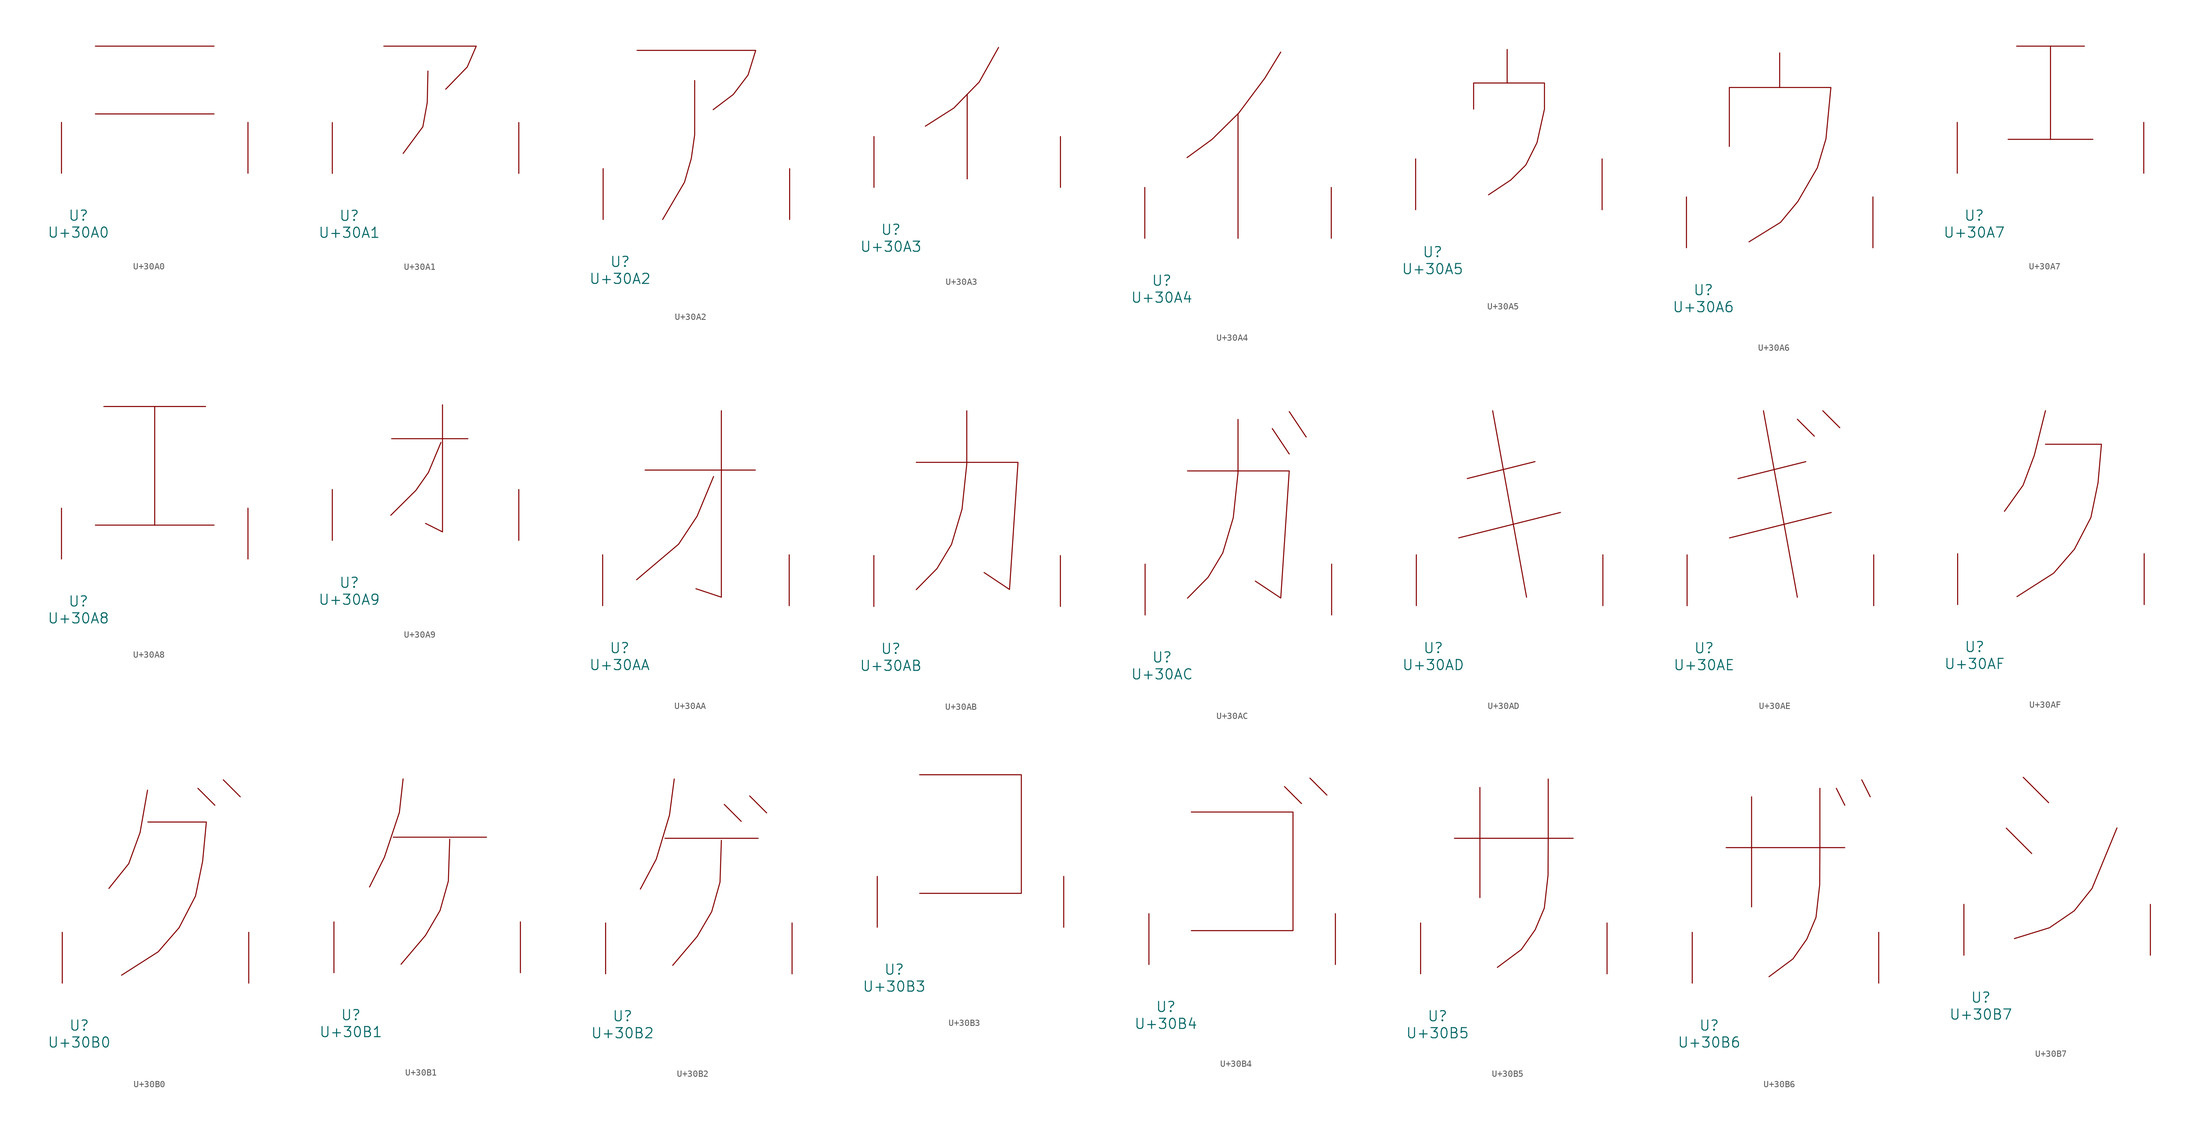
<source format=kicad_sym>
(kicad_symbol_lib
  (version 20231120)
  (generator "kicad_symbol_editor")
  (generator_version "8.0")
  (symbol "U+30A0"
    (pin_names
      (offset 1.016))
    (property "Reference" "U"
      (at 0 -6.35 0)
      (effects (font (size 1.524 1.524))))
    (property "Value" "U+30A0"
      (at 0 -8.89 0)
      (effects (font (size 1.524 1.524))))
    (symbol "U+30A0_0_1"
      (polyline (pts (xy 2.54 8.89) (xy 20.32 8.89)) (stroke (width 0) (type solid)) (fill (type none)))
      (polyline (pts (xy 2.54 19.05) (xy 20.32 19.05)) (stroke (width 0) (type solid)) (fill (type none)))
      (pin input line (at -2.54 0 90) (length 7.62) (name "~" (effects (font (size 1.27 1.27)))) (number "~" (effects (font (size 1.27 1.27)))))
      (pin input line (at 25.4 0 90) (length 7.62) (name "~" (effects (font (size 1.27 1.27)))) (number "~" (effects (font (size 1.27 1.27)))))))
  (symbol "U+30A1"
    (pin_names
      (offset 1.016))
    (property "Reference" "U"
      (at 0 -6.35 0)
      (effects (font (size 1.524 1.524))))
    (property "Value" "U+30A1"
      (at 0 -8.89 0)
      (effects (font (size 1.524 1.524))))
    (symbol "U+30A1_0_1"
      (polyline (pts (xy 5.182 19.075) (xy 19.025 19.075) (xy 17.678 15.951) (xy 14.453 12.624)) (stroke (width 0) (type solid)) (fill (type none)))
      (polyline (pts (xy 11.786 15.342) (xy 11.684 10.617) (xy 11.024 6.985) (xy 8.077 2.997)) (stroke (width 0) (type solid)) (fill (type none)))
      (pin input line (at -2.54 0 90) (length 7.62) (name "~" (effects (font (size 1.27 1.27)))) (number "~" (effects (font (size 1.27 1.27)))))
      (pin input line (at 25.4 0 90) (length 7.62) (name "~" (effects (font (size 1.27 1.27)))) (number "~" (effects (font (size 1.27 1.27)))))))
  (symbol "U+30A2"
    (pin_names
      (offset 1.016))
    (property "Reference" "U"
      (at 0 -6.35 0)
      (effects (font (size 1.524 1.524))))
    (property "Value" "U+30A2"
      (at 0 -8.89 0)
      (effects (font (size 1.524 1.524))))
    (symbol "U+30A2_0_1"
      (polyline (pts (xy 2.54 25.349) (xy 20.32 25.349) (xy 19.177 21.666) (xy 16.967 18.745) (xy 13.945 16.459)) (stroke (width 0) (type solid)) (fill (type none)))
      (polyline (pts (xy 11.176 20.828) (xy 11.176 12.7) (xy 10.668 9.144) (xy 9.652 5.588) (xy 6.375 0)) (stroke (width 0) (type solid)) (fill (type none)))
      (pin input line (at -2.54 0 90) (length 7.62) (name "~" (effects (font (size 1.27 1.27)))) (number "~" (effects (font (size 1.27 1.27)))))
      (pin input line (at 25.4 0 90) (length 7.62) (name "~" (effects (font (size 1.27 1.27)))) (number "~" (effects (font (size 1.27 1.27)))))))
  (symbol "U+30A3"
    (pin_names
      (offset 1.016))
    (property "Reference" "U"
      (at 0 -6.35 0)
      (effects (font (size 1.524 1.524))))
    (property "Value" "U+30A3"
      (at 0 -8.89 0)
      (effects (font (size 1.524 1.524))))
    (symbol "U+30A3_0_1"
      (polyline (pts (xy 11.43 13.97) (xy 11.43 1.27)) (stroke (width 0) (type solid)) (fill (type none)))
      (polyline (pts (xy 16.129 20.98) (xy 13.233 15.799) (xy 9.423 11.887) (xy 5.156 9.169)) (stroke (width 0) (type solid)) (fill (type none)))
      (pin input line (at -2.54 0 90) (length 7.62) (name "~" (effects (font (size 1.27 1.27)))) (number "~" (effects (font (size 1.27 1.27)))))
      (pin input line (at 25.4 0 90) (length 7.62) (name "~" (effects (font (size 1.27 1.27)))) (number "~" (effects (font (size 1.27 1.27)))))))
  (symbol "U+30A4"
    (pin_names
      (offset 1.016))
    (property "Reference" "U"
      (at 0 -6.35 0)
      (effects (font (size 1.524 1.524))))
    (property "Value" "U+30A4"
      (at 0 -8.89 0)
      (effects (font (size 1.524 1.524))))
    (symbol "U+30A4_0_1"
      (polyline (pts (xy 11.43 18.644) (xy 11.43 0)) (stroke (width 0) (type solid)) (fill (type none)))
      (polyline (pts (xy 17.831 27.915) (xy 15.443 24.003) (xy 11.532 18.771) (xy 7.544 14.834) (xy 3.785 12.09)) (stroke (width 0) (type solid)) (fill (type none)))
      (pin input line (at -2.54 0 90) (length 7.62) (name "~" (effects (font (size 1.27 1.27)))) (number "~" (effects (font (size 1.27 1.27)))))
      (pin input line (at 25.4 0 90) (length 7.62) (name "~" (effects (font (size 1.27 1.27)))) (number "~" (effects (font (size 1.27 1.27)))))))
  (symbol "U+30A5"
    (pin_names
      (offset 1.016))
    (property "Reference" "U"
      (at 0 -6.35 0)
      (effects (font (size 1.524 1.524))))
    (property "Value" "U+30A5"
      (at 0 -8.89 0)
      (effects (font (size 1.524 1.524))))
    (symbol "U+30A5_0_1"
      (polyline (pts (xy 11.176 24.028) (xy 11.176 18.999)) (stroke (width 0) (type solid)) (fill (type none)))
      (polyline (pts (xy 6.147 15.088) (xy 6.147 18.999) (xy 16.764 18.999) (xy 16.764 15.088) (xy 15.646 10.058) (xy 13.97 6.706) (xy 11.735 4.47) (xy 8.382 2.235)) (stroke (width 0) (type solid)) (fill (type none)))
      (pin input line (at -2.54 0 90) (length 7.62) (name "~" (effects (font (size 1.27 1.27)))) (number "~" (effects (font (size 1.27 1.27)))))
      (pin input line (at 25.4 0 90) (length 7.62) (name "~" (effects (font (size 1.27 1.27)))) (number "~" (effects (font (size 1.27 1.27)))))))
  (symbol "U+30A6"
    (pin_names
      (offset 1.016))
    (property "Reference" "U"
      (at 0 -6.35 0)
      (effects (font (size 1.524 1.524))))
    (property "Value" "U+30A6"
      (at 0 -8.89 0)
      (effects (font (size 1.524 1.524))))
    (symbol "U+30A6_0_1"
      (polyline (pts (xy 11.43 29.21) (xy 11.43 24.13)) (stroke (width 0) (type solid)) (fill (type none)))
      (polyline (pts (xy 3.886 15.189) (xy 3.886 24.028) (xy 19.101 24.028) (xy 18.364 16.332) (xy 17.069 11.989) (xy 14.148 6.934) (xy 11.557 3.81) (xy 6.833 0.889)) (stroke (width 0) (type solid)) (fill (type none)))
      (pin input line (at -2.54 0 90) (length 7.62) (name "~" (effects (font (size 1.27 1.27)))) (number "~" (effects (font (size 1.27 1.27)))))
      (pin input line (at 25.4 0 90) (length 7.62) (name "~" (effects (font (size 1.27 1.27)))) (number "~" (effects (font (size 1.27 1.27)))))))
  (symbol "U+30A7"
    (pin_names
      (offset 1.016))
    (property "Reference" "U"
      (at 0 -6.35 0)
      (effects (font (size 1.524 1.524))))
    (property "Value" "U+30A7"
      (at 0 -8.89 0)
      (effects (font (size 1.524 1.524))))
    (symbol "U+30A7_0_1"
      (polyline (pts (xy 5.08 5.08) (xy 17.78 5.08)) (stroke (width 0) (type solid)) (fill (type none)))
      (polyline (pts (xy 6.35 19.05) (xy 16.51 19.05)) (stroke (width 0) (type solid)) (fill (type none)))
      (polyline (pts (xy 11.43 19.05) (xy 11.43 5.08)) (stroke (width 0) (type solid)) (fill (type none)))
      (pin input line (at -2.54 0 90) (length 7.62) (name "~" (effects (font (size 1.27 1.27)))) (number "~" (effects (font (size 1.27 1.27)))))
      (pin input line (at 25.4 0 90) (length 7.62) (name "~" (effects (font (size 1.27 1.27)))) (number "~" (effects (font (size 1.27 1.27)))))))
  (symbol "U+30A8"
    (pin_names
      (offset 1.016))
    (property "Reference" "U"
      (at 0 -6.35 0)
      (effects (font (size 1.524 1.524))))
    (property "Value" "U+30A8"
      (at 0 -8.89 0)
      (effects (font (size 1.524 1.524))))
    (symbol "U+30A8_0_1"
      (polyline (pts (xy 2.54 5.08) (xy 20.32 5.08)) (stroke (width 0) (type solid)) (fill (type none)))
      (polyline (pts (xy 3.81 22.86) (xy 19.05 22.86)) (stroke (width 0) (type solid)) (fill (type none)))
      (polyline (pts (xy 11.43 22.86) (xy 11.43 5.08)) (stroke (width 0) (type solid)) (fill (type none)))
      (pin input line (at -2.54 0 90) (length 7.62) (name "~" (effects (font (size 1.27 1.27)))) (number "~" (effects (font (size 1.27 1.27)))))
      (pin input line (at 25.4 0 90) (length 7.62) (name "~" (effects (font (size 1.27 1.27)))) (number "~" (effects (font (size 1.27 1.27)))))))
  (symbol "U+30A9"
    (pin_names
      (offset 1.016))
    (property "Reference" "U"
      (at 0 -6.35 0)
      (effects (font (size 1.524 1.524))))
    (property "Value" "U+30A9"
      (at 0 -8.89 0)
      (effects (font (size 1.524 1.524))))
    (symbol "U+30A9_0_1"
      (polyline (pts (xy 6.35 15.24) (xy 17.78 15.24)) (stroke (width 0) (type solid)) (fill (type none)))
      (polyline (pts (xy 13.97 20.32) (xy 13.97 1.27) (xy 11.43 2.54)) (stroke (width 0) (type solid)) (fill (type none)))
      (polyline (pts (xy 13.741 14.681) (xy 11.862 10.185) (xy 9.982 7.493) (xy 6.223 3.759)) (stroke (width 0) (type solid)) (fill (type none)))
      (pin input line (at -2.54 0 90) (length 7.62) (name "~" (effects (font (size 1.27 1.27)))) (number "~" (effects (font (size 1.27 1.27)))))
      (pin input line (at 25.4 0 90) (length 7.62) (name "~" (effects (font (size 1.27 1.27)))) (number "~" (effects (font (size 1.27 1.27)))))))
  (symbol "U+30AA"
    (pin_names
      (offset 1.016))
    (property "Reference" "U"
      (at 0 -6.35 0)
      (effects (font (size 1.524 1.524))))
    (property "Value" "U+30AA"
      (at 0 -8.89 0)
      (effects (font (size 1.524 1.524))))
    (symbol "U+30AA_0_1"
      (polyline (pts (xy 3.81 20.32) (xy 20.32 20.32)) (stroke (width 0) (type solid)) (fill (type none)))
      (polyline (pts (xy 15.24 29.21) (xy 15.24 1.27) (xy 11.43 2.54)) (stroke (width 0) (type solid)) (fill (type none)))
      (polyline (pts (xy 14.072 19.355) (xy 11.608 13.411) (xy 8.839 9.22) (xy 2.54 3.886)) (stroke (width 0) (type solid)) (fill (type none)))
      (pin input line (at -2.54 0 90) (length 7.62) (name "~" (effects (font (size 1.27 1.27)))) (number "~" (effects (font (size 1.27 1.27)))))
      (pin input line (at 25.4 0 90) (length 7.62) (name "~" (effects (font (size 1.27 1.27)))) (number "~" (effects (font (size 1.27 1.27)))))))
  (symbol "U+30AB"
    (pin_names
      (offset 1.016))
    (property "Reference" "U"
      (at 0 -6.35 0)
      (effects (font (size 1.524 1.524))))
    (property "Value" "U+30AB"
      (at 0 -8.89 0)
      (effects (font (size 1.524 1.524))))
    (symbol "U+30AB_0_1"
      (polyline (pts (xy 3.81 21.59) (xy 19.05 21.59) (xy 17.78 2.54) (xy 13.97 5.08)) (stroke (width 0) (type solid)) (fill (type none)))
      (polyline (pts (xy 11.379 29.312) (xy 11.379 21.336) (xy 10.668 14.58) (xy 9.093 9.296) (xy 6.909 5.664) (xy 3.81 2.515)) (stroke (width 0) (type solid)) (fill (type none)))
      (pin input line (at -2.54 0 90) (length 7.62) (name "~" (effects (font (size 1.27 1.27)))) (number "~" (effects (font (size 1.27 1.27)))))
      (pin input line (at 25.4 0 90) (length 7.62) (name "~" (effects (font (size 1.27 1.27)))) (number "~" (effects (font (size 1.27 1.27)))))))
  (symbol "U+30AC"
    (pin_names
      (offset 1.016))
    (property "Reference" "U"
      (at 0 -6.35 0)
      (effects (font (size 1.524 1.524))))
    (property "Value" "U+30AC"
      (at 0 -8.89 0)
      (effects (font (size 1.524 1.524))))
    (symbol "U+30AC_0_1"
      (polyline (pts (xy 16.51 27.94) (xy 19.05 24.13)) (stroke (width 0) (type solid)) (fill (type none)))
      (polyline (pts (xy 19.05 30.48) (xy 21.59 26.67)) (stroke (width 0) (type solid)) (fill (type none)))
      (polyline (pts (xy 3.81 21.59) (xy 19.05 21.59) (xy 17.78 2.54) (xy 13.97 5.08)) (stroke (width 0) (type solid)) (fill (type none)))
      (polyline (pts (xy 11.379 29.312) (xy 11.379 21.336) (xy 10.668 14.58) (xy 9.093 9.296) (xy 6.909 5.664) (xy 3.81 2.515)) (stroke (width 0) (type solid)) (fill (type none)))
      (pin input line (at -2.54 0 90) (length 7.62) (name "~" (effects (font (size 1.27 1.27)))) (number "~" (effects (font (size 1.27 1.27)))))
      (pin input line (at 25.4 0 90) (length 7.62) (name "~" (effects (font (size 1.27 1.27)))) (number "~" (effects (font (size 1.27 1.27)))))))
  (symbol "U+30AD"
    (pin_names
      (offset 1.016))
    (property "Reference" "U"
      (at 0 -6.35 0)
      (effects (font (size 1.524 1.524))))
    (property "Value" "U+30AD"
      (at 0 -8.89 0)
      (effects (font (size 1.524 1.524))))
    (symbol "U+30AD_0_1"
      (polyline (pts (xy 3.81 10.16) (xy 19.05 13.97)) (stroke (width 0) (type solid)) (fill (type none)))
      (polyline (pts (xy 5.08 19.05) (xy 15.24 21.59)) (stroke (width 0) (type solid)) (fill (type none)))
      (polyline (pts (xy 8.89 29.21) (xy 13.97 1.27)) (stroke (width 0) (type solid)) (fill (type none)))
      (pin input line (at -2.54 0 90) (length 7.62) (name "~" (effects (font (size 1.27 1.27)))) (number "~" (effects (font (size 1.27 1.27)))))
      (pin input line (at 25.4 0 90) (length 7.62) (name "~" (effects (font (size 1.27 1.27)))) (number "~" (effects (font (size 1.27 1.27)))))))
  (symbol "U+30AE"
    (pin_names
      (offset 1.016))
    (property "Reference" "U"
      (at 0 -6.35 0)
      (effects (font (size 1.524 1.524))))
    (property "Value" "U+30AE"
      (at 0 -8.89 0)
      (effects (font (size 1.524 1.524))))
    (symbol "U+30AE_0_1"
      (polyline (pts (xy 3.81 10.16) (xy 19.05 13.97)) (stroke (width 0) (type solid)) (fill (type none)))
      (polyline (pts (xy 5.08 19.05) (xy 15.24 21.59)) (stroke (width 0) (type solid)) (fill (type none)))
      (polyline (pts (xy 8.89 29.21) (xy 13.97 1.27)) (stroke (width 0) (type solid)) (fill (type none)))
      (polyline (pts (xy 13.97 27.94) (xy 16.51 25.4)) (stroke (width 0) (type solid)) (fill (type none)))
      (polyline (pts (xy 17.78 29.21) (xy 20.32 26.67)) (stroke (width 0) (type solid)) (fill (type none)))
      (pin input line (at -2.54 0 90) (length 7.62) (name "~" (effects (font (size 1.27 1.27)))) (number "~" (effects (font (size 1.27 1.27)))))
      (pin input line (at 25.4 0 90) (length 7.62) (name "~" (effects (font (size 1.27 1.27)))) (number "~" (effects (font (size 1.27 1.27)))))))
  (symbol "U+30AF"
    (pin_names
      (offset 1.016))
    (property "Reference" "U"
      (at 0 -6.35 0)
      (effects (font (size 1.524 1.524))))
    (property "Value" "U+30AF"
      (at 0 -8.89 0)
      (effects (font (size 1.524 1.524))))
    (symbol "U+30AF_0_1"
      (polyline (pts (xy 10.617 29.058) (xy 8.941 22.352) (xy 7.264 17.882) (xy 4.47 13.97)) (stroke (width 0) (type solid)) (fill (type none)))
      (polyline (pts (xy 10.617 24.028) (xy 18.999 24.028) (xy 18.491 18.263) (xy 17.424 13.056) (xy 14.961 8.306) (xy 11.836 4.699) (xy 6.35 1.194)) (stroke (width 0) (type solid)) (fill (type none)))
      (pin input line (at -2.54 0 90) (length 7.62) (name "~" (effects (font (size 1.27 1.27)))) (number "~" (effects (font (size 1.27 1.27)))))
      (pin input line (at 25.4 0 90) (length 7.62) (name "~" (effects (font (size 1.27 1.27)))) (number "~" (effects (font (size 1.27 1.27)))))))
  (symbol "U+30B0"
    (pin_names
      (offset 1.016))
    (property "Reference" "U"
      (at 0 -6.35 0)
      (effects (font (size 1.524 1.524))))
    (property "Value" "U+30B0"
      (at 0 -8.89 0)
      (effects (font (size 1.524 1.524))))
    (symbol "U+30B0_0_1"
      (polyline (pts (xy 17.78 29.21) (xy 20.32 26.67)) (stroke (width 0) (type solid)) (fill (type none)))
      (polyline (pts (xy 21.59 30.48) (xy 24.13 27.94)) (stroke (width 0) (type solid)) (fill (type none)))
      (polyline (pts (xy 10.236 28.931) (xy 9.119 22.581) (xy 7.417 17.907) (xy 4.445 14.199)) (stroke (width 0) (type solid)) (fill (type none)))
      (polyline (pts (xy 10.287 24.155) (xy 19.05 24.155) (xy 18.491 18.263) (xy 17.424 13.056) (xy 14.961 8.306) (xy 11.836 4.699) (xy 6.35 1.194)) (stroke (width 0) (type solid)) (fill (type none)))
      (pin input line (at -2.54 0 90) (length 7.62) (name "~" (effects (font (size 1.27 1.27)))) (number "~" (effects (font (size 1.27 1.27)))))
      (pin input line (at 25.4 0 90) (length 7.62) (name "~" (effects (font (size 1.27 1.27)))) (number "~" (effects (font (size 1.27 1.27)))))))
  (symbol "U+30B1"
    (pin_names
      (offset 1.016))
    (property "Reference" "U"
      (at 0 -6.35 0)
      (effects (font (size 1.524 1.524))))
    (property "Value" "U+30B1"
      (at 0 -8.89 0)
      (effects (font (size 1.524 1.524))))
    (symbol "U+30B1_0_1"
      (polyline (pts (xy 6.35 20.32) (xy 20.32 20.32)) (stroke (width 0) (type solid)) (fill (type none)))
      (polyline (pts (xy 7.823 29.058) (xy 7.264 24.028) (xy 5.029 17.323) (xy 2.794 12.852)) (stroke (width 0) (type solid)) (fill (type none)))
      (polyline (pts (xy 14.808 20.015) (xy 14.605 13.741) (xy 13.36 9.322) (xy 11.176 5.588) (xy 7.518 1.27)) (stroke (width 0) (type solid)) (fill (type none)))
      (pin input line (at -2.54 0 90) (length 7.62) (name "~" (effects (font (size 1.27 1.27)))) (number "~" (effects (font (size 1.27 1.27)))))
      (pin input line (at 25.4 0 90) (length 7.62) (name "~" (effects (font (size 1.27 1.27)))) (number "~" (effects (font (size 1.27 1.27)))))))
  (symbol "U+30B2"
    (pin_names
      (offset 1.016))
    (property "Reference" "U"
      (at 0 -6.35 0)
      (effects (font (size 1.524 1.524))))
    (property "Value" "U+30B2"
      (at 0 -8.89 0)
      (effects (font (size 1.524 1.524))))
    (symbol "U+30B2_0_1"
      (polyline (pts (xy 6.35 20.32) (xy 20.32 20.32)) (stroke (width 0) (type solid)) (fill (type none)))
      (polyline (pts (xy 15.24 25.4) (xy 17.78 22.86)) (stroke (width 0) (type solid)) (fill (type none)))
      (polyline (pts (xy 19.05 26.67) (xy 21.59 24.13)) (stroke (width 0) (type solid)) (fill (type none)))
      (polyline (pts (xy 7.747 29.21) (xy 7.036 23.8) (xy 5.055 17.196) (xy 2.667 12.7)) (stroke (width 0) (type solid)) (fill (type none)))
      (polyline (pts (xy 14.808 20.015) (xy 14.605 13.741) (xy 13.36 9.322) (xy 11.176 5.588) (xy 7.518 1.27)) (stroke (width 0) (type solid)) (fill (type none)))
      (pin input line (at -2.54 0 90) (length 7.62) (name "~" (effects (font (size 1.27 1.27)))) (number "~" (effects (font (size 1.27 1.27)))))
      (pin input line (at 25.4 0 90) (length 7.62) (name "~" (effects (font (size 1.27 1.27)))) (number "~" (effects (font (size 1.27 1.27)))))))
  (symbol "U+30B3"
    (pin_names
      (offset 1.016))
    (property "Reference" "U"
      (at 0 -6.35 0)
      (effects (font (size 1.524 1.524))))
    (property "Value" "U+30B3"
      (at 0 -8.89 0)
      (effects (font (size 1.524 1.524))))
    (symbol "U+30B3_0_1"
      (polyline (pts (xy 3.81 22.86) (xy 19.05 22.86) (xy 19.05 5.08) (xy 3.81 5.08)) (stroke (width 0) (type solid)) (fill (type none)))
      (pin input line (at -2.54 0 90) (length 7.62) (name "~" (effects (font (size 1.27 1.27)))) (number "~" (effects (font (size 1.27 1.27)))))
      (pin input line (at 25.4 0 90) (length 7.62) (name "~" (effects (font (size 1.27 1.27)))) (number "~" (effects (font (size 1.27 1.27)))))))
  (symbol "U+30B4"
    (pin_names
      (offset 1.016))
    (property "Reference" "U"
      (at 0 -6.35 0)
      (effects (font (size 1.524 1.524))))
    (property "Value" "U+30B4"
      (at 0 -8.89 0)
      (effects (font (size 1.524 1.524))))
    (symbol "U+30B4_0_1"
      (polyline (pts (xy 17.78 26.67) (xy 20.32 24.13)) (stroke (width 0) (type solid)) (fill (type none)))
      (polyline (pts (xy 21.59 27.94) (xy 24.13 25.4)) (stroke (width 0) (type solid)) (fill (type none)))
      (polyline (pts (xy 3.81 22.86) (xy 19.05 22.86) (xy 19.05 5.08) (xy 3.81 5.08)) (stroke (width 0) (type solid)) (fill (type none)))
      (pin input line (at -2.54 0 90) (length 7.62) (name "~" (effects (font (size 1.27 1.27)))) (number "~" (effects (font (size 1.27 1.27)))))
      (pin input line (at 25.4 0 90) (length 7.62) (name "~" (effects (font (size 1.27 1.27)))) (number "~" (effects (font (size 1.27 1.27)))))))
  (symbol "U+30B5"
    (pin_names
      (offset 1.016))
    (property "Reference" "U"
      (at 0 -6.35 0)
      (effects (font (size 1.524 1.524))))
    (property "Value" "U+30B5"
      (at 0 -8.89 0)
      (effects (font (size 1.524 1.524))))
    (symbol "U+30B5_0_1"
      (polyline (pts (xy 2.54 20.32) (xy 20.32 20.32)) (stroke (width 0) (type solid)) (fill (type none)))
      (polyline (pts (xy 6.35 27.94) (xy 6.35 11.43)) (stroke (width 0) (type solid)) (fill (type none)))
      (polyline (pts (xy 16.586 29.21) (xy 16.586 20.32) (xy 16.561 14.783) (xy 16.002 9.855) (xy 14.63 6.604) (xy 12.548 3.632) (xy 8.966 0.965)) (stroke (width 0) (type solid)) (fill (type none)))
      (pin input line (at -2.54 0 90) (length 7.62) (name "~" (effects (font (size 1.27 1.27)))) (number "~" (effects (font (size 1.27 1.27)))))
      (pin input line (at 25.4 0 90) (length 7.62) (name "~" (effects (font (size 1.27 1.27)))) (number "~" (effects (font (size 1.27 1.27)))))))
  (symbol "U+30B6"
    (pin_names
      (offset 1.016))
    (property "Reference" "U"
      (at 0 -6.35 0)
      (effects (font (size 1.524 1.524))))
    (property "Value" "U+30B6"
      (at 0 -8.89 0)
      (effects (font (size 1.524 1.524))))
    (symbol "U+30B6_0_1"
      (polyline (pts (xy 2.54 20.32) (xy 20.32 20.32)) (stroke (width 0) (type solid)) (fill (type none)))
      (polyline (pts (xy 6.35 27.94) (xy 6.35 11.43)) (stroke (width 0) (type solid)) (fill (type none)))
      (polyline (pts (xy 19.05 29.21) (xy 20.32 26.67)) (stroke (width 0) (type solid)) (fill (type none)))
      (polyline (pts (xy 22.86 30.48) (xy 24.13 27.94)) (stroke (width 0) (type solid)) (fill (type none)))
      (polyline (pts (xy 16.586 29.21) (xy 16.586 20.32) (xy 16.561 14.783) (xy 16.002 9.855) (xy 14.63 6.604) (xy 12.548 3.632) (xy 8.966 0.965)) (stroke (width 0) (type solid)) (fill (type none)))
      (pin input line (at -2.54 0 90) (length 7.62) (name "~" (effects (font (size 1.27 1.27)))) (number "~" (effects (font (size 1.27 1.27)))))
      (pin input line (at 25.4 0 90) (length 7.62) (name "~" (effects (font (size 1.27 1.27)))) (number "~" (effects (font (size 1.27 1.27)))))))
  (symbol "U+30B7"
    (pin_names
      (offset 1.016))
    (property "Reference" "U"
      (at 0 -6.35 0)
      (effects (font (size 1.524 1.524))))
    (property "Value" "U+30B7"
      (at 0 -8.89 0)
      (effects (font (size 1.524 1.524))))
    (symbol "U+30B7_0_1"
      (polyline (pts (xy 3.81 19.05) (xy 7.62 15.24)) (stroke (width 0) (type solid)) (fill (type none)))
      (polyline (pts (xy 6.35 26.67) (xy 10.16 22.86)) (stroke (width 0) (type solid)) (fill (type none)))
      (polyline (pts (xy 5.029 2.489) (xy 10.287 4.115) (xy 13.995 6.655) (xy 16.662 10.008) (xy 20.396 19.075)) (stroke (width 0) (type solid)) (fill (type none)))
      (pin input line (at -2.54 0 90) (length 7.62) (name "~" (effects (font (size 1.27 1.27)))) (number "~" (effects (font (size 1.27 1.27)))))
      (pin input line (at 25.4 0 90) (length 7.62) (name "~" (effects (font (size 1.27 1.27)))) (number "~" (effects (font (size 1.27 1.27))))))))
</source>
